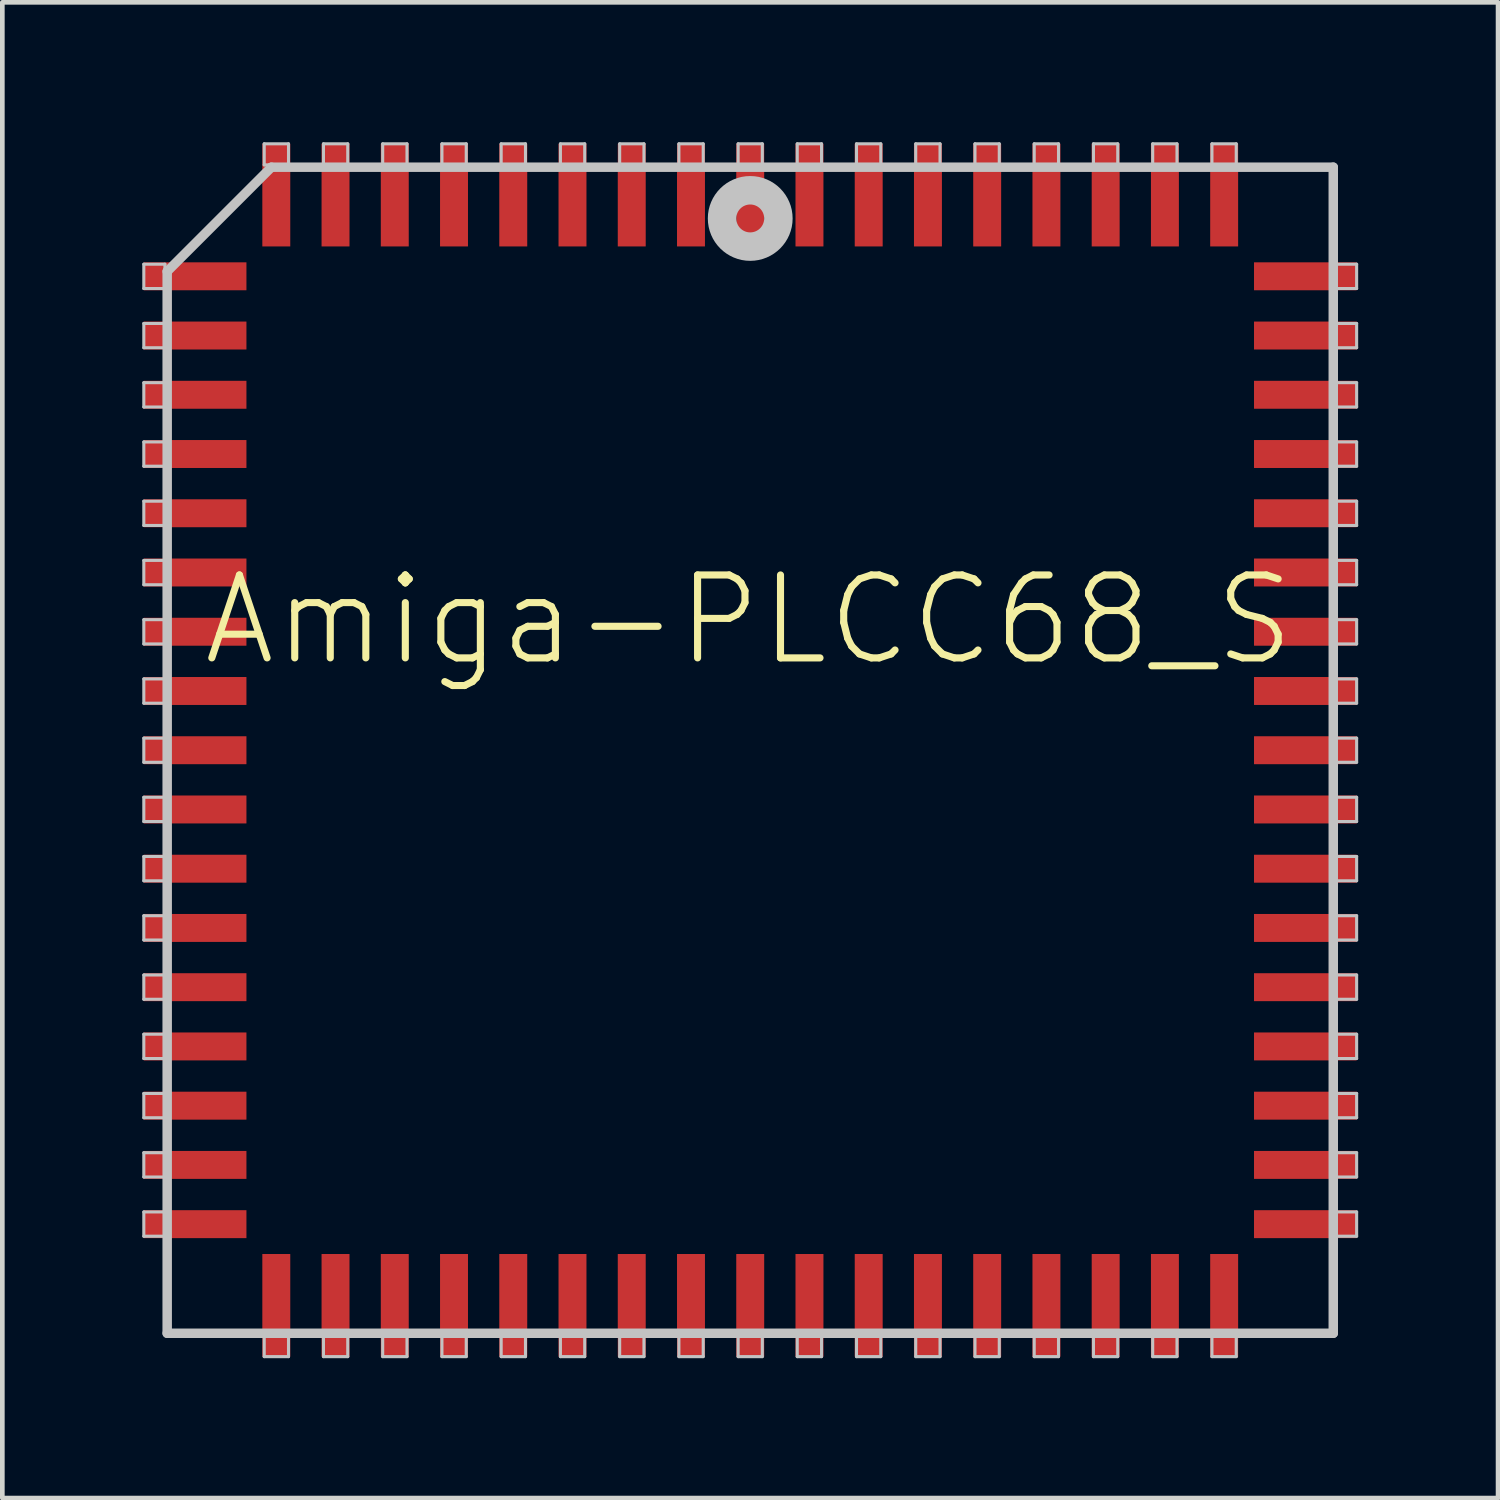
<source format=kicad_pcb>
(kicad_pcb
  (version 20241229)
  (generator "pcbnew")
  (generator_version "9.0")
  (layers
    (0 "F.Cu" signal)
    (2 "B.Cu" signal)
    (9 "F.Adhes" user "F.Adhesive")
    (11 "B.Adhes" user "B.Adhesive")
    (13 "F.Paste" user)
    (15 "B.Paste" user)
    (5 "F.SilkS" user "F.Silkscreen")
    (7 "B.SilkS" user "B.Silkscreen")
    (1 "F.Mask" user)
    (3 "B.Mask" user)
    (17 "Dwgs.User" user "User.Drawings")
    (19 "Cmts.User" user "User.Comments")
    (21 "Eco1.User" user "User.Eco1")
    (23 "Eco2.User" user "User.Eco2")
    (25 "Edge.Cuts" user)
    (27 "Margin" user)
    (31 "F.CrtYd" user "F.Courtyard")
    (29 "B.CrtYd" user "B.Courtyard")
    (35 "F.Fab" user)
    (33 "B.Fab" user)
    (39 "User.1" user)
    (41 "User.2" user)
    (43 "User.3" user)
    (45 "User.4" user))
  (footprint "Amiga-PLCC68_S"
    (layer "F.Cu")
    (at 13.033 13.033)
    (property "Reference" "Amiga-PLCC68_S" (at -0.028 -2.794 0) (layer "F.SilkS") (effects (font (size 1.778 1.778) (thickness 0.152))))
    (attr smd)
    (fp_line (start -13 -10.419) (end -12.548 -10.419) (stroke (width 0.066) (type solid)) (layer "Dwgs.User"))
    (fp_line (start -13 -9.898) (end -13 -10.419) (stroke (width 0.066) (type solid)) (layer "Dwgs.User"))
    (fp_line (start -13 -9.898) (end -12.548 -9.898) (stroke (width 0.066) (type solid)) (layer "Dwgs.User"))
    (fp_line (start -13 -9.149) (end -12.548 -9.149) (stroke (width 0.066) (type solid)) (layer "Dwgs.User"))
    (fp_line (start -13 -8.628) (end -13 -9.149) (stroke (width 0.066) (type solid)) (layer "Dwgs.User"))
    (fp_line (start -13 -8.628) (end -12.548 -8.628) (stroke (width 0.066) (type solid)) (layer "Dwgs.User"))
    (fp_line (start -13 -7.879) (end -12.548 -7.879) (stroke (width 0.066) (type solid)) (layer "Dwgs.User"))
    (fp_line (start -13 -7.358) (end -13 -7.879) (stroke (width 0.066) (type solid)) (layer "Dwgs.User"))
    (fp_line (start -13 -7.358) (end -12.548 -7.358) (stroke (width 0.066) (type solid)) (layer "Dwgs.User"))
    (fp_line (start -13 -6.609) (end -12.548 -6.609) (stroke (width 0.066) (type solid)) (layer "Dwgs.User"))
    (fp_line (start -13 -6.088) (end -13 -6.609) (stroke (width 0.066) (type solid)) (layer "Dwgs.User"))
    (fp_line (start -13 -6.088) (end -12.548 -6.088) (stroke (width 0.066) (type solid)) (layer "Dwgs.User"))
    (fp_line (start -13 -5.339) (end -12.548 -5.339) (stroke (width 0.066) (type solid)) (layer "Dwgs.User"))
    (fp_line (start -13 -4.818) (end -13 -5.339) (stroke (width 0.066) (type solid)) (layer "Dwgs.User"))
    (fp_line (start -13 -4.818) (end -12.548 -4.818) (stroke (width 0.066) (type solid)) (layer "Dwgs.User"))
    (fp_line (start -13 -4.069) (end -12.548 -4.069) (stroke (width 0.066) (type solid)) (layer "Dwgs.User"))
    (fp_line (start -13 -3.548) (end -13 -4.069) (stroke (width 0.066) (type solid)) (layer "Dwgs.User"))
    (fp_line (start -13 -3.548) (end -12.548 -3.548) (stroke (width 0.066) (type solid)) (layer "Dwgs.User"))
    (fp_line (start -13 -2.799) (end -12.548 -2.799) (stroke (width 0.066) (type solid)) (layer "Dwgs.User"))
    (fp_line (start -13 -2.278) (end -13 -2.799) (stroke (width 0.066) (type solid)) (layer "Dwgs.User"))
    (fp_line (start -13 -2.278) (end -12.548 -2.278) (stroke (width 0.066) (type solid)) (layer "Dwgs.User"))
    (fp_line (start -13 -1.529) (end -12.548 -1.529) (stroke (width 0.066) (type solid)) (layer "Dwgs.User"))
    (fp_line (start -13 -1.008) (end -13 -1.529) (stroke (width 0.066) (type solid)) (layer "Dwgs.User"))
    (fp_line (start -13 -1.008) (end -12.548 -1.008) (stroke (width 0.066) (type solid)) (layer "Dwgs.User"))
    (fp_line (start -13 -0.259) (end -12.548 -0.259) (stroke (width 0.066) (type solid)) (layer "Dwgs.User"))
    (fp_line (start -13 0.259) (end -13 -0.259) (stroke (width 0.066) (type solid)) (layer "Dwgs.User"))
    (fp_line (start -13 0.259) (end -12.548 0.259) (stroke (width 0.066) (type solid)) (layer "Dwgs.User"))
    (fp_line (start -13 1.008) (end -12.548 1.008) (stroke (width 0.066) (type solid)) (layer "Dwgs.User"))
    (fp_line (start -13 1.529) (end -13 1.008) (stroke (width 0.066) (type solid)) (layer "Dwgs.User"))
    (fp_line (start -13 1.529) (end -12.548 1.529) (stroke (width 0.066) (type solid)) (layer "Dwgs.User"))
    (fp_line (start -13 2.278) (end -12.548 2.278) (stroke (width 0.066) (type solid)) (layer "Dwgs.User"))
    (fp_line (start -13 2.799) (end -13 2.278) (stroke (width 0.066) (type solid)) (layer "Dwgs.User"))
    (fp_line (start -13 2.799) (end -12.548 2.799) (stroke (width 0.066) (type solid)) (layer "Dwgs.User"))
    (fp_line (start -13 3.548) (end -12.548 3.548) (stroke (width 0.066) (type solid)) (layer "Dwgs.User"))
    (fp_line (start -13 4.069) (end -13 3.548) (stroke (width 0.066) (type solid)) (layer "Dwgs.User"))
    (fp_line (start -13 4.069) (end -12.548 4.069) (stroke (width 0.066) (type solid)) (layer "Dwgs.User"))
    (fp_line (start -13 4.818) (end -12.548 4.818) (stroke (width 0.066) (type solid)) (layer "Dwgs.User"))
    (fp_line (start -13 5.339) (end -13 4.818) (stroke (width 0.066) (type solid)) (layer "Dwgs.User"))
    (fp_line (start -13 5.339) (end -12.548 5.339) (stroke (width 0.066) (type solid)) (layer "Dwgs.User"))
    (fp_line (start -13 6.088) (end -12.548 6.088) (stroke (width 0.066) (type solid)) (layer "Dwgs.User"))
    (fp_line (start -13 6.609) (end -13 6.088) (stroke (width 0.066) (type solid)) (layer "Dwgs.User"))
    (fp_line (start -13 6.609) (end -12.548 6.609) (stroke (width 0.066) (type solid)) (layer "Dwgs.User"))
    (fp_line (start -13 7.358) (end -12.548 7.358) (stroke (width 0.066) (type solid)) (layer "Dwgs.User"))
    (fp_line (start -13 7.879) (end -13 7.358) (stroke (width 0.066) (type solid)) (layer "Dwgs.User"))
    (fp_line (start -13 7.879) (end -12.548 7.879) (stroke (width 0.066) (type solid)) (layer "Dwgs.User"))
    (fp_line (start -13 8.628) (end -12.548 8.628) (stroke (width 0.066) (type solid)) (layer "Dwgs.User"))
    (fp_line (start -13 9.149) (end -13 8.628) (stroke (width 0.066) (type solid)) (layer "Dwgs.User"))
    (fp_line (start -13 9.149) (end -12.548 9.149) (stroke (width 0.066) (type solid)) (layer "Dwgs.User"))
    (fp_line (start -13 9.898) (end -12.548 9.898) (stroke (width 0.066) (type solid)) (layer "Dwgs.User"))
    (fp_line (start -13 10.419) (end -13 9.898) (stroke (width 0.066) (type solid)) (layer "Dwgs.User"))
    (fp_line (start -13 10.419) (end -12.548 10.419) (stroke (width 0.066) (type solid)) (layer "Dwgs.User"))
    (fp_line (start -12.548 -9.898) (end -12.548 -10.419) (stroke (width 0.066) (type solid)) (layer "Dwgs.User"))
    (fp_line (start -12.548 -8.628) (end -12.548 -9.149) (stroke (width 0.066) (type solid)) (layer "Dwgs.User"))
    (fp_line (start -12.548 -7.358) (end -12.548 -7.879) (stroke (width 0.066) (type solid)) (layer "Dwgs.User"))
    (fp_line (start -12.548 -6.088) (end -12.548 -6.609) (stroke (width 0.066) (type solid)) (layer "Dwgs.User"))
    (fp_line (start -12.548 -4.818) (end -12.548 -5.339) (stroke (width 0.066) (type solid)) (layer "Dwgs.User"))
    (fp_line (start -12.548 -3.548) (end -12.548 -4.069) (stroke (width 0.066) (type solid)) (layer "Dwgs.User"))
    (fp_line (start -12.548 -2.278) (end -12.548 -2.799) (stroke (width 0.066) (type solid)) (layer "Dwgs.User"))
    (fp_line (start -12.548 -1.008) (end -12.548 -1.529) (stroke (width 0.066) (type solid)) (layer "Dwgs.User"))
    (fp_line (start -12.548 0.259) (end -12.548 -0.259) (stroke (width 0.066) (type solid)) (layer "Dwgs.User"))
    (fp_line (start -12.548 1.529) (end -12.548 1.008) (stroke (width 0.066) (type solid)) (layer "Dwgs.User"))
    (fp_line (start -12.548 2.799) (end -12.548 2.278) (stroke (width 0.066) (type solid)) (layer "Dwgs.User"))
    (fp_line (start -12.548 4.069) (end -12.548 3.548) (stroke (width 0.066) (type solid)) (layer "Dwgs.User"))
    (fp_line (start -12.548 5.339) (end -12.548 4.818) (stroke (width 0.066) (type solid)) (layer "Dwgs.User"))
    (fp_line (start -12.548 6.609) (end -12.548 6.088) (stroke (width 0.066) (type solid)) (layer "Dwgs.User"))
    (fp_line (start -12.548 7.879) (end -12.548 7.358) (stroke (width 0.066) (type solid)) (layer "Dwgs.User"))
    (fp_line (start -12.548 9.149) (end -12.548 8.628) (stroke (width 0.066) (type solid)) (layer "Dwgs.User"))
    (fp_line (start -12.548 10.419) (end -12.548 9.898) (stroke (width 0.066) (type solid)) (layer "Dwgs.User"))
    (fp_line (start -12.499 -10.264) (end -12.499 12.499) (stroke (width 0.203) (type solid)) (layer "Dwgs.User"))
    (fp_line (start -12.499 12.499) (end 12.499 12.499) (stroke (width 0.203) (type solid)) (layer "Dwgs.User"))
    (fp_line (start -10.419 -13) (end -9.898 -13) (stroke (width 0.066) (type solid)) (layer "Dwgs.User"))
    (fp_line (start -10.419 -12.548) (end -10.419 -13) (stroke (width 0.066) (type solid)) (layer "Dwgs.User"))
    (fp_line (start -10.419 -12.548) (end -9.898 -12.548) (stroke (width 0.066) (type solid)) (layer "Dwgs.User"))
    (fp_line (start -10.419 12.548) (end -9.898 12.548) (stroke (width 0.066) (type solid)) (layer "Dwgs.User"))
    (fp_line (start -10.419 13) (end -10.419 12.548) (stroke (width 0.066) (type solid)) (layer "Dwgs.User"))
    (fp_line (start -10.419 13) (end -9.898 13) (stroke (width 0.066) (type solid)) (layer "Dwgs.User"))
    (fp_line (start -10.264 -12.499) (end -12.499 -10.264) (stroke (width 0.203) (type solid)) (layer "Dwgs.User"))
    (fp_line (start -9.898 -12.548) (end -9.898 -13) (stroke (width 0.066) (type solid)) (layer "Dwgs.User"))
    (fp_line (start -9.898 13) (end -9.898 12.548) (stroke (width 0.066) (type solid)) (layer "Dwgs.User"))
    (fp_line (start -9.149 -13) (end -8.628 -13) (stroke (width 0.066) (type solid)) (layer "Dwgs.User"))
    (fp_line (start -9.149 -12.548) (end -9.149 -13) (stroke (width 0.066) (type solid)) (layer "Dwgs.User"))
    (fp_line (start -9.149 -12.548) (end -8.628 -12.548) (stroke (width 0.066) (type solid)) (layer "Dwgs.User"))
    (fp_line (start -9.149 12.548) (end -8.628 12.548) (stroke (width 0.066) (type solid)) (layer "Dwgs.User"))
    (fp_line (start -9.149 13) (end -9.149 12.548) (stroke (width 0.066) (type solid)) (layer "Dwgs.User"))
    (fp_line (start -9.149 13) (end -8.628 13) (stroke (width 0.066) (type solid)) (layer "Dwgs.User"))
    (fp_line (start -8.628 -12.548) (end -8.628 -13) (stroke (width 0.066) (type solid)) (layer "Dwgs.User"))
    (fp_line (start -8.628 13) (end -8.628 12.548) (stroke (width 0.066) (type solid)) (layer "Dwgs.User"))
    (fp_line (start -7.879 -13) (end -7.358 -13) (stroke (width 0.066) (type solid)) (layer "Dwgs.User"))
    (fp_line (start -7.879 -12.548) (end -7.879 -13) (stroke (width 0.066) (type solid)) (layer "Dwgs.User"))
    (fp_line (start -7.879 -12.548) (end -7.358 -12.548) (stroke (width 0.066) (type solid)) (layer "Dwgs.User"))
    (fp_line (start -7.879 12.548) (end -7.358 12.548) (stroke (width 0.066) (type solid)) (layer "Dwgs.User"))
    (fp_line (start -7.879 13) (end -7.879 12.548) (stroke (width 0.066) (type solid)) (layer "Dwgs.User"))
    (fp_line (start -7.879 13) (end -7.358 13) (stroke (width 0.066) (type solid)) (layer "Dwgs.User"))
    (fp_line (start -7.358 -12.548) (end -7.358 -13) (stroke (width 0.066) (type solid)) (layer "Dwgs.User"))
    (fp_line (start -7.358 13) (end -7.358 12.548) (stroke (width 0.066) (type solid)) (layer "Dwgs.User"))
    (fp_line (start -6.609 -13) (end -6.088 -13) (stroke (width 0.066) (type solid)) (layer "Dwgs.User"))
    (fp_line (start -6.609 -12.548) (end -6.609 -13) (stroke (width 0.066) (type solid)) (layer "Dwgs.User"))
    (fp_line (start -6.609 -12.548) (end -6.088 -12.548) (stroke (width 0.066) (type solid)) (layer "Dwgs.User"))
    (fp_line (start -6.609 12.548) (end -6.088 12.548) (stroke (width 0.066) (type solid)) (layer "Dwgs.User"))
    (fp_line (start -6.609 13) (end -6.609 12.548) (stroke (width 0.066) (type solid)) (layer "Dwgs.User"))
    (fp_line (start -6.609 13) (end -6.088 13) (stroke (width 0.066) (type solid)) (layer "Dwgs.User"))
    (fp_line (start -6.088 -12.548) (end -6.088 -13) (stroke (width 0.066) (type solid)) (layer "Dwgs.User"))
    (fp_line (start -6.088 13) (end -6.088 12.548) (stroke (width 0.066) (type solid)) (layer "Dwgs.User"))
    (fp_line (start -5.339 -13) (end -4.818 -13) (stroke (width 0.066) (type solid)) (layer "Dwgs.User"))
    (fp_line (start -5.339 -12.548) (end -5.339 -13) (stroke (width 0.066) (type solid)) (layer "Dwgs.User"))
    (fp_line (start -5.339 -12.548) (end -4.818 -12.548) (stroke (width 0.066) (type solid)) (layer "Dwgs.User"))
    (fp_line (start -5.339 12.548) (end -4.818 12.548) (stroke (width 0.066) (type solid)) (layer "Dwgs.User"))
    (fp_line (start -5.339 13) (end -5.339 12.548) (stroke (width 0.066) (type solid)) (layer "Dwgs.User"))
    (fp_line (start -5.339 13) (end -4.818 13) (stroke (width 0.066) (type solid)) (layer "Dwgs.User"))
    (fp_line (start -4.818 -12.548) (end -4.818 -13) (stroke (width 0.066) (type solid)) (layer "Dwgs.User"))
    (fp_line (start -4.818 13) (end -4.818 12.548) (stroke (width 0.066) (type solid)) (layer "Dwgs.User"))
    (fp_line (start -4.069 -13) (end -3.548 -13) (stroke (width 0.066) (type solid)) (layer "Dwgs.User"))
    (fp_line (start -4.069 -12.548) (end -4.069 -13) (stroke (width 0.066) (type solid)) (layer "Dwgs.User"))
    (fp_line (start -4.069 -12.548) (end -3.548 -12.548) (stroke (width 0.066) (type solid)) (layer "Dwgs.User"))
    (fp_line (start -4.069 12.548) (end -3.548 12.548) (stroke (width 0.066) (type solid)) (layer "Dwgs.User"))
    (fp_line (start -4.069 13) (end -4.069 12.548) (stroke (width 0.066) (type solid)) (layer "Dwgs.User"))
    (fp_line (start -4.069 13) (end -3.548 13) (stroke (width 0.066) (type solid)) (layer "Dwgs.User"))
    (fp_line (start -3.548 -12.548) (end -3.548 -13) (stroke (width 0.066) (type solid)) (layer "Dwgs.User"))
    (fp_line (start -3.548 13) (end -3.548 12.548) (stroke (width 0.066) (type solid)) (layer "Dwgs.User"))
    (fp_line (start -2.799 -13) (end -2.278 -13) (stroke (width 0.066) (type solid)) (layer "Dwgs.User"))
    (fp_line (start -2.799 -12.548) (end -2.799 -13) (stroke (width 0.066) (type solid)) (layer "Dwgs.User"))
    (fp_line (start -2.799 -12.548) (end -2.278 -12.548) (stroke (width 0.066) (type solid)) (layer "Dwgs.User"))
    (fp_line (start -2.799 12.548) (end -2.278 12.548) (stroke (width 0.066) (type solid)) (layer "Dwgs.User"))
    (fp_line (start -2.799 13) (end -2.799 12.548) (stroke (width 0.066) (type solid)) (layer "Dwgs.User"))
    (fp_line (start -2.799 13) (end -2.278 13) (stroke (width 0.066) (type solid)) (layer "Dwgs.User"))
    (fp_line (start -2.278 -12.548) (end -2.278 -13) (stroke (width 0.066) (type solid)) (layer "Dwgs.User"))
    (fp_line (start -2.278 13) (end -2.278 12.548) (stroke (width 0.066) (type solid)) (layer "Dwgs.User"))
    (fp_line (start -1.529 -13) (end -1.008 -13) (stroke (width 0.066) (type solid)) (layer "Dwgs.User"))
    (fp_line (start -1.529 -12.548) (end -1.529 -13) (stroke (width 0.066) (type solid)) (layer "Dwgs.User"))
    (fp_line (start -1.529 -12.548) (end -1.008 -12.548) (stroke (width 0.066) (type solid)) (layer "Dwgs.User"))
    (fp_line (start -1.529 12.548) (end -1.008 12.548) (stroke (width 0.066) (type solid)) (layer "Dwgs.User"))
    (fp_line (start -1.529 13) (end -1.529 12.548) (stroke (width 0.066) (type solid)) (layer "Dwgs.User"))
    (fp_line (start -1.529 13) (end -1.008 13) (stroke (width 0.066) (type solid)) (layer "Dwgs.User"))
    (fp_line (start -1.008 -12.548) (end -1.008 -13) (stroke (width 0.066) (type solid)) (layer "Dwgs.User"))
    (fp_line (start -1.008 13) (end -1.008 12.548) (stroke (width 0.066) (type solid)) (layer "Dwgs.User"))
    (fp_line (start -0.259 -13) (end 0.259 -13) (stroke (width 0.066) (type solid)) (layer "Dwgs.User"))
    (fp_line (start -0.259 -12.548) (end -0.259 -13) (stroke (width 0.066) (type solid)) (layer "Dwgs.User"))
    (fp_line (start -0.259 -12.548) (end 0.259 -12.548) (stroke (width 0.066) (type solid)) (layer "Dwgs.User"))
    (fp_line (start -0.259 12.548) (end 0.259 12.548) (stroke (width 0.066) (type solid)) (layer "Dwgs.User"))
    (fp_line (start -0.259 13) (end -0.259 12.548) (stroke (width 0.066) (type solid)) (layer "Dwgs.User"))
    (fp_line (start -0.259 13) (end 0.259 13) (stroke (width 0.066) (type solid)) (layer "Dwgs.User"))
    (fp_line (start 0.259 -12.548) (end 0.259 -13) (stroke (width 0.066) (type solid)) (layer "Dwgs.User"))
    (fp_line (start 0.259 13) (end 0.259 12.548) (stroke (width 0.066) (type solid)) (layer "Dwgs.User"))
    (fp_line (start 1.008 -13) (end 1.529 -13) (stroke (width 0.066) (type solid)) (layer "Dwgs.User"))
    (fp_line (start 1.008 -12.548) (end 1.008 -13) (stroke (width 0.066) (type solid)) (layer "Dwgs.User"))
    (fp_line (start 1.008 -12.548) (end 1.529 -12.548) (stroke (width 0.066) (type solid)) (layer "Dwgs.User"))
    (fp_line (start 1.008 12.548) (end 1.529 12.548) (stroke (width 0.066) (type solid)) (layer "Dwgs.User"))
    (fp_line (start 1.008 13) (end 1.008 12.548) (stroke (width 0.066) (type solid)) (layer "Dwgs.User"))
    (fp_line (start 1.008 13) (end 1.529 13) (stroke (width 0.066) (type solid)) (layer "Dwgs.User"))
    (fp_line (start 1.529 -12.548) (end 1.529 -13) (stroke (width 0.066) (type solid)) (layer "Dwgs.User"))
    (fp_line (start 1.529 13) (end 1.529 12.548) (stroke (width 0.066) (type solid)) (layer "Dwgs.User"))
    (fp_line (start 2.278 -13) (end 2.799 -13) (stroke (width 0.066) (type solid)) (layer "Dwgs.User"))
    (fp_line (start 2.278 -12.548) (end 2.278 -13) (stroke (width 0.066) (type solid)) (layer "Dwgs.User"))
    (fp_line (start 2.278 -12.548) (end 2.799 -12.548) (stroke (width 0.066) (type solid)) (layer "Dwgs.User"))
    (fp_line (start 2.278 12.548) (end 2.799 12.548) (stroke (width 0.066) (type solid)) (layer "Dwgs.User"))
    (fp_line (start 2.278 13) (end 2.278 12.548) (stroke (width 0.066) (type solid)) (layer "Dwgs.User"))
    (fp_line (start 2.278 13) (end 2.799 13) (stroke (width 0.066) (type solid)) (layer "Dwgs.User"))
    (fp_line (start 2.799 -12.548) (end 2.799 -13) (stroke (width 0.066) (type solid)) (layer "Dwgs.User"))
    (fp_line (start 2.799 13) (end 2.799 12.548) (stroke (width 0.066) (type solid)) (layer "Dwgs.User"))
    (fp_line (start 3.548 -13) (end 4.069 -13) (stroke (width 0.066) (type solid)) (layer "Dwgs.User"))
    (fp_line (start 3.548 -12.548) (end 3.548 -13) (stroke (width 0.066) (type solid)) (layer "Dwgs.User"))
    (fp_line (start 3.548 -12.548) (end 4.069 -12.548) (stroke (width 0.066) (type solid)) (layer "Dwgs.User"))
    (fp_line (start 3.548 12.548) (end 4.069 12.548) (stroke (width 0.066) (type solid)) (layer "Dwgs.User"))
    (fp_line (start 3.548 13) (end 3.548 12.548) (stroke (width 0.066) (type solid)) (layer "Dwgs.User"))
    (fp_line (start 3.548 13) (end 4.069 13) (stroke (width 0.066) (type solid)) (layer "Dwgs.User"))
    (fp_line (start 4.069 -12.548) (end 4.069 -13) (stroke (width 0.066) (type solid)) (layer "Dwgs.User"))
    (fp_line (start 4.069 13) (end 4.069 12.548) (stroke (width 0.066) (type solid)) (layer "Dwgs.User"))
    (fp_line (start 4.818 -13) (end 5.339 -13) (stroke (width 0.066) (type solid)) (layer "Dwgs.User"))
    (fp_line (start 4.818 -12.548) (end 4.818 -13) (stroke (width 0.066) (type solid)) (layer "Dwgs.User"))
    (fp_line (start 4.818 -12.548) (end 5.339 -12.548) (stroke (width 0.066) (type solid)) (layer "Dwgs.User"))
    (fp_line (start 4.818 12.548) (end 5.339 12.548) (stroke (width 0.066) (type solid)) (layer "Dwgs.User"))
    (fp_line (start 4.818 13) (end 4.818 12.548) (stroke (width 0.066) (type solid)) (layer "Dwgs.User"))
    (fp_line (start 4.818 13) (end 5.339 13) (stroke (width 0.066) (type solid)) (layer "Dwgs.User"))
    (fp_line (start 5.339 -12.548) (end 5.339 -13) (stroke (width 0.066) (type solid)) (layer "Dwgs.User"))
    (fp_line (start 5.339 13) (end 5.339 12.548) (stroke (width 0.066) (type solid)) (layer "Dwgs.User"))
    (fp_line (start 6.088 -13) (end 6.609 -13) (stroke (width 0.066) (type solid)) (layer "Dwgs.User"))
    (fp_line (start 6.088 -12.548) (end 6.088 -13) (stroke (width 0.066) (type solid)) (layer "Dwgs.User"))
    (fp_line (start 6.088 -12.548) (end 6.609 -12.548) (stroke (width 0.066) (type solid)) (layer "Dwgs.User"))
    (fp_line (start 6.088 12.548) (end 6.609 12.548) (stroke (width 0.066) (type solid)) (layer "Dwgs.User"))
    (fp_line (start 6.088 13) (end 6.088 12.548) (stroke (width 0.066) (type solid)) (layer "Dwgs.User"))
    (fp_line (start 6.088 13) (end 6.609 13) (stroke (width 0.066) (type solid)) (layer "Dwgs.User"))
    (fp_line (start 6.609 -12.548) (end 6.609 -13) (stroke (width 0.066) (type solid)) (layer "Dwgs.User"))
    (fp_line (start 6.609 13) (end 6.609 12.548) (stroke (width 0.066) (type solid)) (layer "Dwgs.User"))
    (fp_line (start 7.358 -13) (end 7.879 -13) (stroke (width 0.066) (type solid)) (layer "Dwgs.User"))
    (fp_line (start 7.358 -12.548) (end 7.358 -13) (stroke (width 0.066) (type solid)) (layer "Dwgs.User"))
    (fp_line (start 7.358 -12.548) (end 7.879 -12.548) (stroke (width 0.066) (type solid)) (layer "Dwgs.User"))
    (fp_line (start 7.358 12.548) (end 7.879 12.548) (stroke (width 0.066) (type solid)) (layer "Dwgs.User"))
    (fp_line (start 7.358 13) (end 7.358 12.548) (stroke (width 0.066) (type solid)) (layer "Dwgs.User"))
    (fp_line (start 7.358 13) (end 7.879 13) (stroke (width 0.066) (type solid)) (layer "Dwgs.User"))
    (fp_line (start 7.879 -12.548) (end 7.879 -13) (stroke (width 0.066) (type solid)) (layer "Dwgs.User"))
    (fp_line (start 7.879 13) (end 7.879 12.548) (stroke (width 0.066) (type solid)) (layer "Dwgs.User"))
    (fp_line (start 8.628 -13) (end 9.149 -13) (stroke (width 0.066) (type solid)) (layer "Dwgs.User"))
    (fp_line (start 8.628 -12.548) (end 8.628 -13) (stroke (width 0.066) (type solid)) (layer "Dwgs.User"))
    (fp_line (start 8.628 -12.548) (end 9.149 -12.548) (stroke (width 0.066) (type solid)) (layer "Dwgs.User"))
    (fp_line (start 8.628 12.548) (end 9.149 12.548) (stroke (width 0.066) (type solid)) (layer "Dwgs.User"))
    (fp_line (start 8.628 13) (end 8.628 12.548) (stroke (width 0.066) (type solid)) (layer "Dwgs.User"))
    (fp_line (start 8.628 13) (end 9.149 13) (stroke (width 0.066) (type solid)) (layer "Dwgs.User"))
    (fp_line (start 9.149 -12.548) (end 9.149 -13) (stroke (width 0.066) (type solid)) (layer "Dwgs.User"))
    (fp_line (start 9.149 13) (end 9.149 12.548) (stroke (width 0.066) (type solid)) (layer "Dwgs.User"))
    (fp_line (start 9.898 -13) (end 10.419 -13) (stroke (width 0.066) (type solid)) (layer "Dwgs.User"))
    (fp_line (start 9.898 -12.548) (end 9.898 -13) (stroke (width 0.066) (type solid)) (layer "Dwgs.User"))
    (fp_line (start 9.898 -12.548) (end 10.419 -12.548) (stroke (width 0.066) (type solid)) (layer "Dwgs.User"))
    (fp_line (start 9.898 12.548) (end 10.419 12.548) (stroke (width 0.066) (type solid)) (layer "Dwgs.User"))
    (fp_line (start 9.898 13) (end 9.898 12.548) (stroke (width 0.066) (type solid)) (layer "Dwgs.User"))
    (fp_line (start 9.898 13) (end 10.419 13) (stroke (width 0.066) (type solid)) (layer "Dwgs.User"))
    (fp_line (start 10.419 -12.548) (end 10.419 -13) (stroke (width 0.066) (type solid)) (layer "Dwgs.User"))
    (fp_line (start 10.419 13) (end 10.419 12.548) (stroke (width 0.066) (type solid)) (layer "Dwgs.User"))
    (fp_line (start 12.499 -12.499) (end -10.264 -12.499) (stroke (width 0.203) (type solid)) (layer "Dwgs.User"))
    (fp_line (start 12.499 12.499) (end 12.499 -12.499) (stroke (width 0.203) (type solid)) (layer "Dwgs.User"))
    (fp_line (start 12.548 -10.419) (end 13 -10.419) (stroke (width 0.066) (type solid)) (layer "Dwgs.User"))
    (fp_line (start 12.548 -9.898) (end 12.548 -10.419) (stroke (width 0.066) (type solid)) (layer "Dwgs.User"))
    (fp_line (start 12.548 -9.898) (end 13 -9.898) (stroke (width 0.066) (type solid)) (layer "Dwgs.User"))
    (fp_line (start 12.548 -9.149) (end 13 -9.149) (stroke (width 0.066) (type solid)) (layer "Dwgs.User"))
    (fp_line (start 12.548 -8.628) (end 12.548 -9.149) (stroke (width 0.066) (type solid)) (layer "Dwgs.User"))
    (fp_line (start 12.548 -8.628) (end 13 -8.628) (stroke (width 0.066) (type solid)) (layer "Dwgs.User"))
    (fp_line (start 12.548 -7.879) (end 13 -7.879) (stroke (width 0.066) (type solid)) (layer "Dwgs.User"))
    (fp_line (start 12.548 -7.358) (end 12.548 -7.879) (stroke (width 0.066) (type solid)) (layer "Dwgs.User"))
    (fp_line (start 12.548 -7.358) (end 13 -7.358) (stroke (width 0.066) (type solid)) (layer "Dwgs.User"))
    (fp_line (start 12.548 -6.609) (end 13 -6.609) (stroke (width 0.066) (type solid)) (layer "Dwgs.User"))
    (fp_line (start 12.548 -6.088) (end 12.548 -6.609) (stroke (width 0.066) (type solid)) (layer "Dwgs.User"))
    (fp_line (start 12.548 -6.088) (end 13 -6.088) (stroke (width 0.066) (type solid)) (layer "Dwgs.User"))
    (fp_line (start 12.548 -5.339) (end 13 -5.339) (stroke (width 0.066) (type solid)) (layer "Dwgs.User"))
    (fp_line (start 12.548 -4.818) (end 12.548 -5.339) (stroke (width 0.066) (type solid)) (layer "Dwgs.User"))
    (fp_line (start 12.548 -4.818) (end 13 -4.818) (stroke (width 0.066) (type solid)) (layer "Dwgs.User"))
    (fp_line (start 12.548 -4.069) (end 13 -4.069) (stroke (width 0.066) (type solid)) (layer "Dwgs.User"))
    (fp_line (start 12.548 -3.548) (end 12.548 -4.069) (stroke (width 0.066) (type solid)) (layer "Dwgs.User"))
    (fp_line (start 12.548 -3.548) (end 13 -3.548) (stroke (width 0.066) (type solid)) (layer "Dwgs.User"))
    (fp_line (start 12.548 -2.799) (end 13 -2.799) (stroke (width 0.066) (type solid)) (layer "Dwgs.User"))
    (fp_line (start 12.548 -2.278) (end 12.548 -2.799) (stroke (width 0.066) (type solid)) (layer "Dwgs.User"))
    (fp_line (start 12.548 -2.278) (end 13 -2.278) (stroke (width 0.066) (type solid)) (layer "Dwgs.User"))
    (fp_line (start 12.548 -1.529) (end 13 -1.529) (stroke (width 0.066) (type solid)) (layer "Dwgs.User"))
    (fp_line (start 12.548 -1.008) (end 12.548 -1.529) (stroke (width 0.066) (type solid)) (layer "Dwgs.User"))
    (fp_line (start 12.548 -1.008) (end 13 -1.008) (stroke (width 0.066) (type solid)) (layer "Dwgs.User"))
    (fp_line (start 12.548 -0.259) (end 13 -0.259) (stroke (width 0.066) (type solid)) (layer "Dwgs.User"))
    (fp_line (start 12.548 0.259) (end 12.548 -0.259) (stroke (width 0.066) (type solid)) (layer "Dwgs.User"))
    (fp_line (start 12.548 0.259) (end 13 0.259) (stroke (width 0.066) (type solid)) (layer "Dwgs.User"))
    (fp_line (start 12.548 1.008) (end 13 1.008) (stroke (width 0.066) (type solid)) (layer "Dwgs.User"))
    (fp_line (start 12.548 1.529) (end 12.548 1.008) (stroke (width 0.066) (type solid)) (layer "Dwgs.User"))
    (fp_line (start 12.548 1.529) (end 13 1.529) (stroke (width 0.066) (type solid)) (layer "Dwgs.User"))
    (fp_line (start 12.548 2.278) (end 13 2.278) (stroke (width 0.066) (type solid)) (layer "Dwgs.User"))
    (fp_line (start 12.548 2.799) (end 12.548 2.278) (stroke (width 0.066) (type solid)) (layer "Dwgs.User"))
    (fp_line (start 12.548 2.799) (end 13 2.799) (stroke (width 0.066) (type solid)) (layer "Dwgs.User"))
    (fp_line (start 12.548 3.548) (end 13 3.548) (stroke (width 0.066) (type solid)) (layer "Dwgs.User"))
    (fp_line (start 12.548 4.069) (end 12.548 3.548) (stroke (width 0.066) (type solid)) (layer "Dwgs.User"))
    (fp_line (start 12.548 4.069) (end 13 4.069) (stroke (width 0.066) (type solid)) (layer "Dwgs.User"))
    (fp_line (start 12.548 4.818) (end 13 4.818) (stroke (width 0.066) (type solid)) (layer "Dwgs.User"))
    (fp_line (start 12.548 5.339) (end 12.548 4.818) (stroke (width 0.066) (type solid)) (layer "Dwgs.User"))
    (fp_line (start 12.548 5.339) (end 13 5.339) (stroke (width 0.066) (type solid)) (layer "Dwgs.User"))
    (fp_line (start 12.548 6.088) (end 13 6.088) (stroke (width 0.066) (type solid)) (layer "Dwgs.User"))
    (fp_line (start 12.548 6.609) (end 12.548 6.088) (stroke (width 0.066) (type solid)) (layer "Dwgs.User"))
    (fp_line (start 12.548 6.609) (end 13 6.609) (stroke (width 0.066) (type solid)) (layer "Dwgs.User"))
    (fp_line (start 12.548 7.358) (end 13 7.358) (stroke (width 0.066) (type solid)) (layer "Dwgs.User"))
    (fp_line (start 12.548 7.879) (end 12.548 7.358) (stroke (width 0.066) (type solid)) (layer "Dwgs.User"))
    (fp_line (start 12.548 7.879) (end 13 7.879) (stroke (width 0.066) (type solid)) (layer "Dwgs.User"))
    (fp_line (start 12.548 8.628) (end 13 8.628) (stroke (width 0.066) (type solid)) (layer "Dwgs.User"))
    (fp_line (start 12.548 9.149) (end 12.548 8.628) (stroke (width 0.066) (type solid)) (layer "Dwgs.User"))
    (fp_line (start 12.548 9.149) (end 13 9.149) (stroke (width 0.066) (type solid)) (layer "Dwgs.User"))
    (fp_line (start 12.548 9.898) (end 13 9.898) (stroke (width 0.066) (type solid)) (layer "Dwgs.User"))
    (fp_line (start 12.548 10.419) (end 12.548 9.898) (stroke (width 0.066) (type solid)) (layer "Dwgs.User"))
    (fp_line (start 12.548 10.419) (end 13 10.419) (stroke (width 0.066) (type solid)) (layer "Dwgs.User"))
    (fp_line (start 13 -9.898) (end 13 -10.419) (stroke (width 0.066) (type solid)) (layer "Dwgs.User"))
    (fp_line (start 13 -8.628) (end 13 -9.149) (stroke (width 0.066) (type solid)) (layer "Dwgs.User"))
    (fp_line (start 13 -7.358) (end 13 -7.879) (stroke (width 0.066) (type solid)) (layer "Dwgs.User"))
    (fp_line (start 13 -6.088) (end 13 -6.609) (stroke (width 0.066) (type solid)) (layer "Dwgs.User"))
    (fp_line (start 13 -4.818) (end 13 -5.339) (stroke (width 0.066) (type solid)) (layer "Dwgs.User"))
    (fp_line (start 13 -3.548) (end 13 -4.069) (stroke (width 0.066) (type solid)) (layer "Dwgs.User"))
    (fp_line (start 13 -2.278) (end 13 -2.799) (stroke (width 0.066) (type solid)) (layer "Dwgs.User"))
    (fp_line (start 13 -1.008) (end 13 -1.529) (stroke (width 0.066) (type solid)) (layer "Dwgs.User"))
    (fp_line (start 13 0.259) (end 13 -0.259) (stroke (width 0.066) (type solid)) (layer "Dwgs.User"))
    (fp_line (start 13 1.529) (end 13 1.008) (stroke (width 0.066) (type solid)) (layer "Dwgs.User"))
    (fp_line (start 13 2.799) (end 13 2.278) (stroke (width 0.066) (type solid)) (layer "Dwgs.User"))
    (fp_line (start 13 4.069) (end 13 3.548) (stroke (width 0.066) (type solid)) (layer "Dwgs.User"))
    (fp_line (start 13 5.339) (end 13 4.818) (stroke (width 0.066) (type solid)) (layer "Dwgs.User"))
    (fp_line (start 13 6.609) (end 13 6.088) (stroke (width 0.066) (type solid)) (layer "Dwgs.User"))
    (fp_line (start 13 7.879) (end 13 7.358) (stroke (width 0.066) (type solid)) (layer "Dwgs.User"))
    (fp_line (start 13 9.149) (end 13 8.628) (stroke (width 0.066) (type solid)) (layer "Dwgs.User"))
    (fp_line (start 13 10.419) (end 13 9.898) (stroke (width 0.066) (type solid)) (layer "Dwgs.User"))
    (fp_circle (center 0 -11.4) (end 0 -11.699) (stroke (width 0.61) (type solid)) (fill no) (layer "Dwgs.User"))
    (pad "1" smd rect (at 0 -11.9) (size 0.599 2.2) (layers "F.Cu" "F.Mask" "F.Paste"))
    (pad "2" smd rect (at -1.27 -11.9) (size 0.599 2.2) (layers "F.Cu" "F.Mask" "F.Paste"))
    (pad "3" smd rect (at -2.54 -11.9) (size 0.599 2.2) (layers "F.Cu" "F.Mask" "F.Paste"))
    (pad "4" smd rect (at -3.81 -11.9) (size 0.599 2.2) (layers "F.Cu" "F.Mask" "F.Paste"))
    (pad "5" smd rect (at -5.08 -11.9) (size 0.599 2.2) (layers "F.Cu" "F.Mask" "F.Paste"))
    (pad "6" smd rect (at -6.35 -11.9) (size 0.599 2.2) (layers "F.Cu" "F.Mask" "F.Paste"))
    (pad "7" smd rect (at -7.62 -11.9) (size 0.599 2.2) (layers "F.Cu" "F.Mask" "F.Paste"))
    (pad "8" smd rect (at -8.89 -11.9) (size 0.599 2.2) (layers "F.Cu" "F.Mask" "F.Paste"))
    (pad "9" smd rect (at -10.16 -11.9) (size 0.599 2.2) (layers "F.Cu" "F.Mask" "F.Paste"))
    (pad "10" smd rect (at -11.9 -10.16) (size 2.2 0.599) (layers "F.Cu" "F.Mask" "F.Paste"))
    (pad "11" smd rect (at -11.9 -8.89) (size 2.2 0.599) (layers "F.Cu" "F.Mask" "F.Paste"))
    (pad "12" smd rect (at -11.9 -7.62) (size 2.2 0.599) (layers "F.Cu" "F.Mask" "F.Paste"))
    (pad "13" smd rect (at -11.9 -6.35) (size 2.2 0.599) (layers "F.Cu" "F.Mask" "F.Paste"))
    (pad "14" smd rect (at -11.9 -5.08) (size 2.2 0.599) (layers "F.Cu" "F.Mask" "F.Paste"))
    (pad "15" smd rect (at -11.9 -3.81) (size 2.2 0.599) (layers "F.Cu" "F.Mask" "F.Paste"))
    (pad "16" smd rect (at -11.9 -2.54) (size 2.2 0.599) (layers "F.Cu" "F.Mask" "F.Paste"))
    (pad "17" smd rect (at -11.9 -1.27) (size 2.2 0.599) (layers "F.Cu" "F.Mask" "F.Paste"))
    (pad "18" smd rect (at -11.9 0) (size 2.2 0.599) (layers "F.Cu" "F.Mask" "F.Paste"))
    (pad "19" smd rect (at -11.9 1.27) (size 2.2 0.599) (layers "F.Cu" "F.Mask" "F.Paste"))
    (pad "20" smd rect (at -11.9 2.54) (size 2.2 0.599) (layers "F.Cu" "F.Mask" "F.Paste"))
    (pad "21" smd rect (at -11.9 3.81) (size 2.2 0.599) (layers "F.Cu" "F.Mask" "F.Paste"))
    (pad "22" smd rect (at -11.9 5.08) (size 2.2 0.599) (layers "F.Cu" "F.Mask" "F.Paste"))
    (pad "23" smd rect (at -11.9 6.35) (size 2.2 0.599) (layers "F.Cu" "F.Mask" "F.Paste"))
    (pad "24" smd rect (at -11.9 7.62) (size 2.2 0.599) (layers "F.Cu" "F.Mask" "F.Paste"))
    (pad "25" smd rect (at -11.9 8.89) (size 2.2 0.599) (layers "F.Cu" "F.Mask" "F.Paste"))
    (pad "26" smd rect (at -11.9 10.16) (size 2.2 0.599) (layers "F.Cu" "F.Mask" "F.Paste"))
    (pad "27" smd rect (at -10.16 11.9) (size 0.599 2.2) (layers "F.Cu" "F.Mask" "F.Paste"))
    (pad "28" smd rect (at -8.89 11.9) (size 0.599 2.2) (layers "F.Cu" "F.Mask" "F.Paste"))
    (pad "29" smd rect (at -7.62 11.9) (size 0.599 2.2) (layers "F.Cu" "F.Mask" "F.Paste"))
    (pad "30" smd rect (at -6.35 11.9) (size 0.599 2.2) (layers "F.Cu" "F.Mask" "F.Paste"))
    (pad "31" smd rect (at -5.08 11.9) (size 0.599 2.2) (layers "F.Cu" "F.Mask" "F.Paste"))
    (pad "32" smd rect (at -3.81 11.9) (size 0.599 2.2) (layers "F.Cu" "F.Mask" "F.Paste"))
    (pad "33" smd rect (at -2.54 11.9) (size 0.599 2.2) (layers "F.Cu" "F.Mask" "F.Paste"))
    (pad "34" smd rect (at -1.27 11.9) (size 0.599 2.2) (layers "F.Cu" "F.Mask" "F.Paste"))
    (pad "35" smd rect (at 0 11.9) (size 0.599 2.2) (layers "F.Cu" "F.Mask" "F.Paste"))
    (pad "36" smd rect (at 1.27 11.9) (size 0.599 2.2) (layers "F.Cu" "F.Mask" "F.Paste"))
    (pad "37" smd rect (at 2.54 11.9) (size 0.599 2.2) (layers "F.Cu" "F.Mask" "F.Paste"))
    (pad "38" smd rect (at 3.81 11.9) (size 0.599 2.2) (layers "F.Cu" "F.Mask" "F.Paste"))
    (pad "39" smd rect (at 5.08 11.9) (size 0.599 2.2) (layers "F.Cu" "F.Mask" "F.Paste"))
    (pad "40" smd rect (at 6.35 11.9) (size 0.599 2.2) (layers "F.Cu" "F.Mask" "F.Paste"))
    (pad "41" smd rect (at 7.62 11.9) (size 0.599 2.2) (layers "F.Cu" "F.Mask" "F.Paste"))
    (pad "42" smd rect (at 8.89 11.9) (size 0.599 2.2) (layers "F.Cu" "F.Mask" "F.Paste"))
    (pad "43" smd rect (at 10.16 11.9) (size 0.599 2.2) (layers "F.Cu" "F.Mask" "F.Paste"))
    (pad "44" smd rect (at 11.9 10.16) (size 2.2 0.599) (layers "F.Cu" "F.Mask" "F.Paste"))
    (pad "45" smd rect (at 11.9 8.89) (size 2.2 0.599) (layers "F.Cu" "F.Mask" "F.Paste"))
    (pad "46" smd rect (at 11.9 7.62) (size 2.2 0.599) (layers "F.Cu" "F.Mask" "F.Paste"))
    (pad "47" smd rect (at 11.9 6.35) (size 2.2 0.599) (layers "F.Cu" "F.Mask" "F.Paste"))
    (pad "48" smd rect (at 11.9 5.08) (size 2.2 0.599) (layers "F.Cu" "F.Mask" "F.Paste"))
    (pad "49" smd rect (at 11.9 3.81) (size 2.2 0.599) (layers "F.Cu" "F.Mask" "F.Paste"))
    (pad "50" smd rect (at 11.9 2.54) (size 2.2 0.599) (layers "F.Cu" "F.Mask" "F.Paste"))
    (pad "51" smd rect (at 11.9 1.27) (size 2.2 0.599) (layers "F.Cu" "F.Mask" "F.Paste"))
    (pad "52" smd rect (at 11.9 0) (size 2.2 0.599) (layers "F.Cu" "F.Mask" "F.Paste"))
    (pad "53" smd rect (at 11.9 -1.27) (size 2.2 0.599) (layers "F.Cu" "F.Mask" "F.Paste"))
    (pad "54" smd rect (at 11.9 -2.54) (size 2.2 0.599) (layers "F.Cu" "F.Mask" "F.Paste"))
    (pad "55" smd rect (at 11.9 -3.81) (size 2.2 0.599) (layers "F.Cu" "F.Mask" "F.Paste"))
    (pad "56" smd rect (at 11.9 -5.08) (size 2.2 0.599) (layers "F.Cu" "F.Mask" "F.Paste"))
    (pad "57" smd rect (at 11.9 -6.35) (size 2.2 0.599) (layers "F.Cu" "F.Mask" "F.Paste"))
    (pad "58" smd rect (at 11.9 -7.62) (size 2.2 0.599) (layers "F.Cu" "F.Mask" "F.Paste"))
    (pad "59" smd rect (at 11.9 -8.89) (size 2.2 0.599) (layers "F.Cu" "F.Mask" "F.Paste"))
    (pad "60" smd rect (at 11.9 -10.16) (size 2.2 0.599) (layers "F.Cu" "F.Mask" "F.Paste"))
    (pad "61" smd rect (at 10.16 -11.9) (size 0.599 2.2) (layers "F.Cu" "F.Mask" "F.Paste"))
    (pad "62" smd rect (at 8.89 -11.9) (size 0.599 2.2) (layers "F.Cu" "F.Mask" "F.Paste"))
    (pad "63" smd rect (at 7.62 -11.9) (size 0.599 2.2) (layers "F.Cu" "F.Mask" "F.Paste"))
    (pad "64" smd rect (at 6.35 -11.9) (size 0.599 2.2) (layers "F.Cu" "F.Mask" "F.Paste"))
    (pad "65" smd rect (at 5.08 -11.9) (size 0.599 2.2) (layers "F.Cu" "F.Mask" "F.Paste"))
    (pad "66" smd rect (at 3.81 -11.9) (size 0.599 2.2) (layers "F.Cu" "F.Mask" "F.Paste"))
    (pad "67" smd rect (at 2.54 -11.9) (size 0.599 2.2) (layers "F.Cu" "F.Mask" "F.Paste"))
    (pad "68" smd rect (at 1.27 -11.9) (size 0.599 2.2) (layers "F.Cu" "F.Mask" "F.Paste")))
  (gr_rect
    (start -3 -3)
    (end 29.065 29.065)
    (stroke (width 0.1) (type default))
    (fill no)
    (layer "Edge.Cuts")))
</source>
